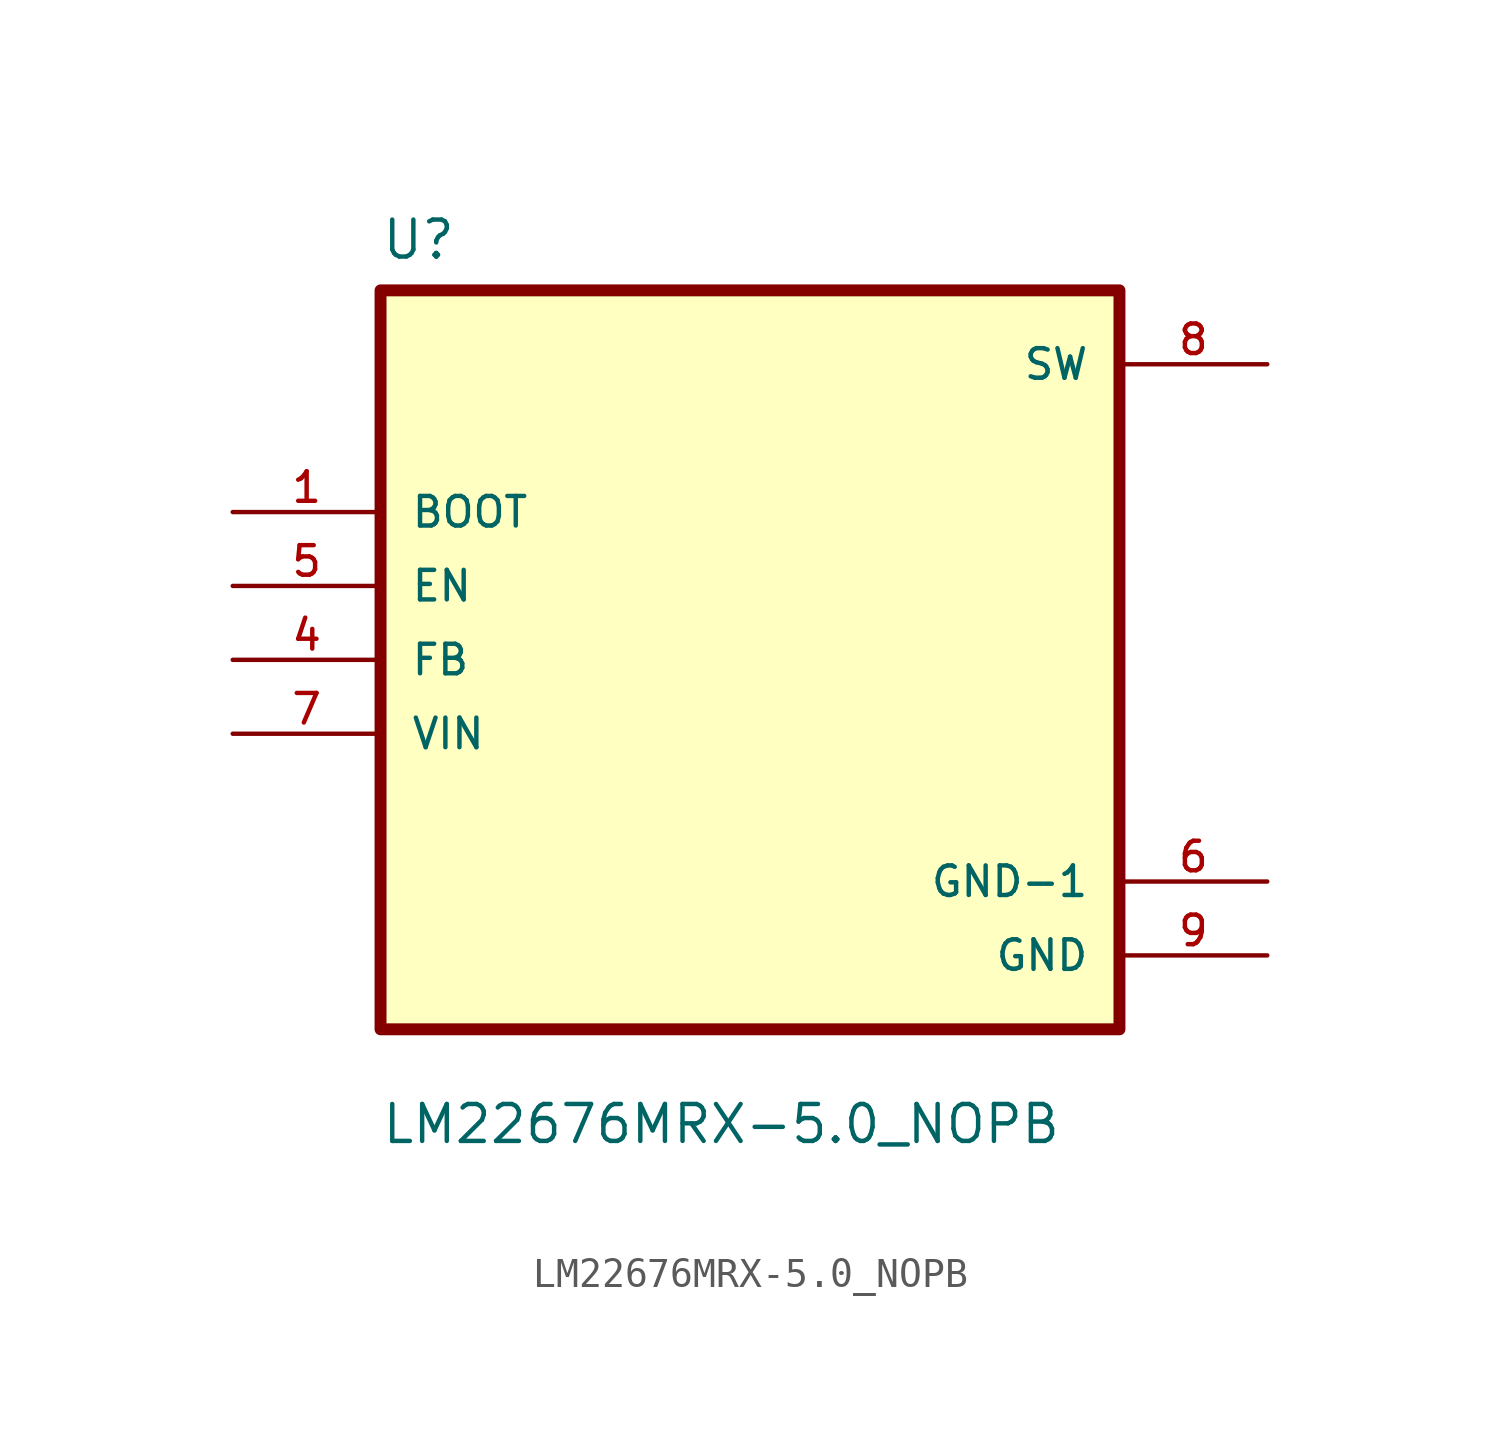
<source format=kicad_sym>
(kicad_symbol_lib
  (version 20211014)
  (generator kicad_symbol_editor)
  (symbol "LM22676MRX-5.0_NOPB"
    (pin_names
      (offset 1.016))
    (property "Reference" "U"
      (at -12.7 13.7 0.0)
      (effects (font (size 1.27 1.27)) (justify bottom left)))
    (property "Value" "LM22676MRX-5.0_NOPB"
      (at -12.7 -16.7 0.0)
      (effects (font (size 1.27 1.27)) (justify bottom left)))
    (symbol "LM22676MRX-5.0_NOPB_0_0"
      (rectangle (start -12.7 -12.7) (end 12.7 12.7) (stroke (width 0.41)) (fill (type background)))
      (pin input line (at -17.78 5.08 0) (length 5.08) (name "BOOT" (effects (font (size 1.016 1.016)))) (number "1" (effects (font (size 1.016 1.016)))))
      (pin input line (at -17.78 2.54 0) (length 5.08) (name "EN" (effects (font (size 1.016 1.016)))) (number "5" (effects (font (size 1.016 1.016)))))
      (pin input line (at -17.78 -8.88178e-16 0) (length 5.08) (name "FB" (effects (font (size 1.016 1.016)))) (number "4" (effects (font (size 1.016 1.016)))))
      (pin input line (at -17.78 -2.54 0) (length 5.08) (name "VIN" (effects (font (size 1.016 1.016)))) (number "7" (effects (font (size 1.016 1.016)))))
      (pin power_in line (at 17.78 10.16 180.0) (length 5.08) (name "SW" (effects (font (size 1.016 1.016)))) (number "8" (effects (font (size 1.016 1.016)))))
      (pin power_in line (at 17.78 -7.62 180.0) (length 5.08) (name "GND-1" (effects (font (size 1.016 1.016)))) (number "6" (effects (font (size 1.016 1.016)))))
      (pin power_in line (at 17.78 -10.16 180.0) (length 5.08) (name "GND" (effects (font (size 1.016 1.016)))) (number "9" (effects (font (size 1.016 1.016))))))))
</source>
